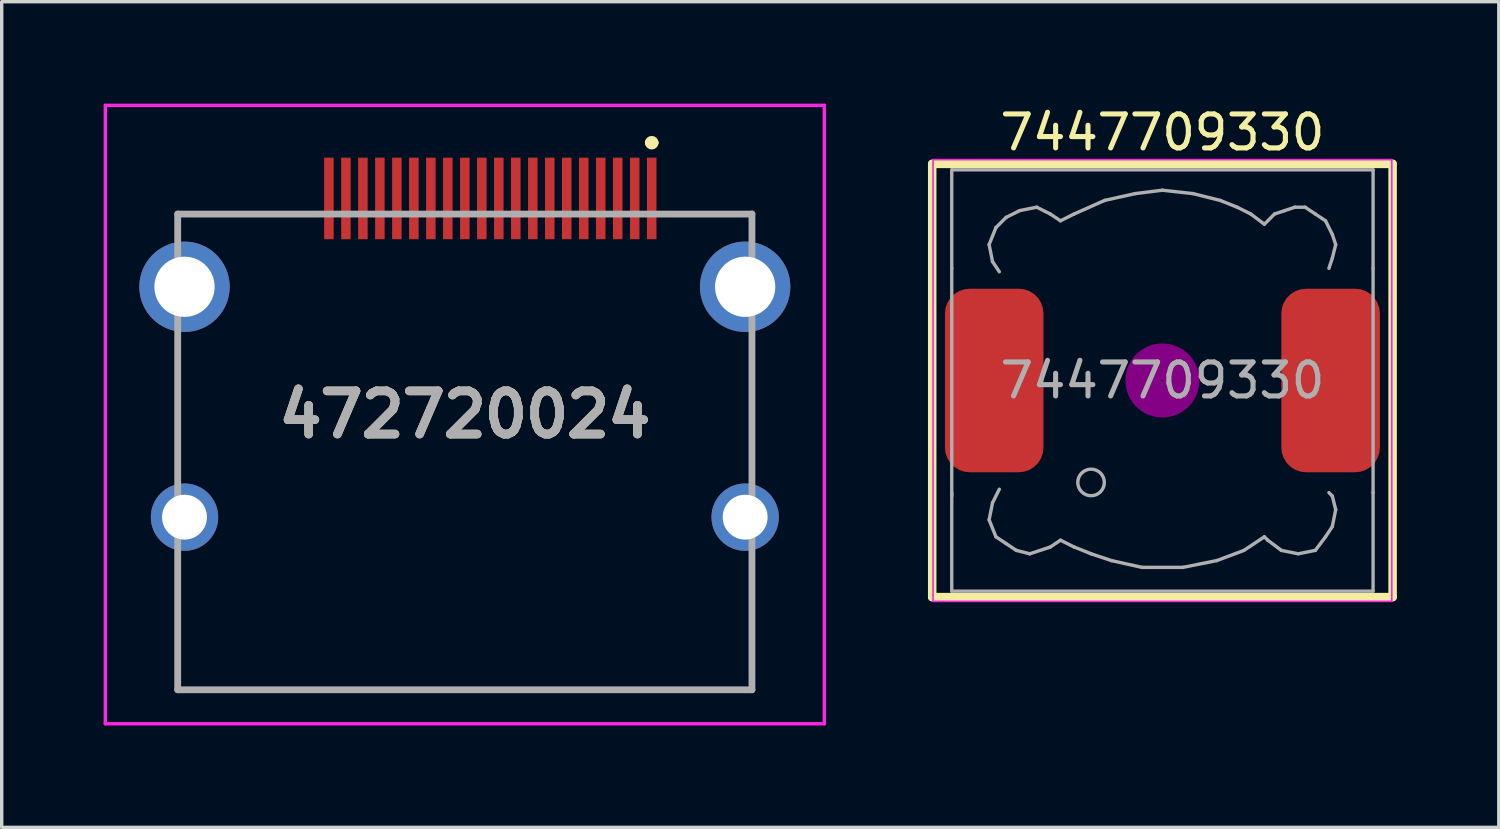
<source format=kicad_pcb>
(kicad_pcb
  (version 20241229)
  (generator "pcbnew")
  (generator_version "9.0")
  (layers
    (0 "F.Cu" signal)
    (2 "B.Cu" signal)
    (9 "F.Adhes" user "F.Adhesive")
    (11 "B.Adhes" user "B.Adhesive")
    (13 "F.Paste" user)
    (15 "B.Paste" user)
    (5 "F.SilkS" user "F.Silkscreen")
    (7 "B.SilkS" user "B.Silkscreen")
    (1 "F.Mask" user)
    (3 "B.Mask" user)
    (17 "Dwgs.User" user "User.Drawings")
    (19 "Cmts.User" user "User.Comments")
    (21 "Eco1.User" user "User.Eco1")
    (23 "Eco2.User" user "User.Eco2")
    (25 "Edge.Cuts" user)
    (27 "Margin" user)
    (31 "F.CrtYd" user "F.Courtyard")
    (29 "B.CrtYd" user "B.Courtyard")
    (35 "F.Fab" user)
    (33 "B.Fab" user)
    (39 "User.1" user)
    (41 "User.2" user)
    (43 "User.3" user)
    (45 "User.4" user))
  (footprint "472720024"
    (layer "F.Cu")
    (at 10.63 9.15)
    (property "Reference" "472720024" (at 0 0 0) (layer "F.SilkS") (effects (font (size 1.27 1.27) (thickness 0.254))))
    (attr through_hole)
    (fp_line (start -8.45 -5.9) (end -5 -5.9) (stroke (width 0.1) (type solid)) (layer "F.SilkS"))
    (fp_line (start -8.45 5.1) (end -8.45 8.1) (stroke (width 0.1) (type solid)) (layer "F.SilkS"))
    (fp_line (start -8.45 8.1) (end 8.45 8.1) (stroke (width 0.1) (type solid)) (layer "F.SilkS"))
    (fp_line (start 5.4 -8) (end 5.4 -8) (stroke (width 0.2) (type solid)) (layer "F.SilkS"))
    (fp_line (start 5.6 -8) (end 5.6 -8) (stroke (width 0.2) (type solid)) (layer "F.SilkS"))
    (fp_line (start 8.45 -5.9) (end 5.6 -5.9) (stroke (width 0.1) (type solid)) (layer "F.SilkS"))
    (fp_line (start 8.45 8.1) (end 8.45 5.1) (stroke (width 0.1) (type solid)) (layer "F.SilkS"))
    (fp_arc (start 5.4 -8) (mid 5.5 -8.1) (end 5.6 -8) (stroke (width 0.2) (type solid)) (layer "F.SilkS"))
    (fp_arc (start 5.6 -8) (mid 5.5 -7.9) (end 5.4 -8) (stroke (width 0.2) (type solid)) (layer "F.SilkS"))
    (fp_line (start -10.58 -9.1) (end 10.58 -9.1) (stroke (width 0.1) (type solid)) (layer "F.CrtYd"))
    (fp_line (start -10.58 9.1) (end -10.58 -9.1) (stroke (width 0.1) (type solid)) (layer "F.CrtYd"))
    (fp_line (start 10.58 -9.1) (end 10.58 9.1) (stroke (width 0.1) (type solid)) (layer "F.CrtYd"))
    (fp_line (start 10.58 9.1) (end -10.58 9.1) (stroke (width 0.1) (type solid)) (layer "F.CrtYd"))
    (fp_line (start -8.45 -5.9) (end 8.45 -5.9) (stroke (width 0.2) (type solid)) (layer "F.Fab"))
    (fp_line (start -8.45 8.1) (end -8.45 -5.9) (stroke (width 0.2) (type solid)) (layer "F.Fab"))
    (fp_line (start 8.45 -5.9) (end 8.45 8.1) (stroke (width 0.2) (type solid)) (layer "F.Fab"))
    (fp_line (start 8.45 8.1) (end -8.45 8.1) (stroke (width 0.2) (type solid)) (layer "F.Fab"))
    (fp_text user "${REFERENCE}" (at 0 0 0) (layer "F.Fab") (effects (font (size 1.27 1.27) (thickness 0.254))))
    (pad "" np_thru_hole circle (at 0 3.8) (size 0.001 0.001) (drill 1.45) (layers "*.Cu" "*.Mask"))
    (pad "1" smd rect (at 5.5 -6.36) (size 0.28 2.4) (layers "F.Cu" "F.Mask" "F.Paste"))
    (pad "2" smd rect (at 5 -6.36) (size 0.28 2.4) (layers "F.Cu" "F.Mask" "F.Paste"))
    (pad "3" smd rect (at 4.5 -6.36) (size 0.28 2.4) (layers "F.Cu" "F.Mask" "F.Paste"))
    (pad "4" smd rect (at 4 -6.36) (size 0.28 2.4) (layers "F.Cu" "F.Mask" "F.Paste"))
    (pad "5" smd rect (at 3.5 -6.36) (size 0.28 2.4) (layers "F.Cu" "F.Mask" "F.Paste"))
    (pad "6" smd rect (at 3 -6.36) (size 0.28 2.4) (layers "F.Cu" "F.Mask" "F.Paste"))
    (pad "7" smd rect (at 2.5 -6.36) (size 0.28 2.4) (layers "F.Cu" "F.Mask" "F.Paste"))
    (pad "8" smd rect (at 2 -6.36) (size 0.28 2.4) (layers "F.Cu" "F.Mask" "F.Paste"))
    (pad "9" smd rect (at 1.5 -6.36) (size 0.28 2.4) (layers "F.Cu" "F.Mask" "F.Paste"))
    (pad "10" smd rect (at 1 -6.36) (size 0.28 2.4) (layers "F.Cu" "F.Mask" "F.Paste"))
    (pad "11" smd rect (at 0.5 -6.36) (size 0.28 2.4) (layers "F.Cu" "F.Mask" "F.Paste"))
    (pad "12" smd rect (at 0 -6.36) (size 0.28 2.4) (layers "F.Cu" "F.Mask" "F.Paste"))
    (pad "13" smd rect (at -0.5 -6.36) (size 0.28 2.4) (layers "F.Cu" "F.Mask" "F.Paste"))
    (pad "14" smd rect (at -1 -6.36) (size 0.28 2.4) (layers "F.Cu" "F.Mask" "F.Paste"))
    (pad "15" smd rect (at -1.5 -6.36) (size 0.28 2.4) (layers "F.Cu" "F.Mask" "F.Paste"))
    (pad "16" smd rect (at -2 -6.36) (size 0.28 2.4) (layers "F.Cu" "F.Mask" "F.Paste"))
    (pad "17" smd rect (at -2.5 -6.36) (size 0.28 2.4) (layers "F.Cu" "F.Mask" "F.Paste"))
    (pad "18" smd rect (at -3 -6.36) (size 0.28 2.4) (layers "F.Cu" "F.Mask" "F.Paste"))
    (pad "19" smd rect (at -3.5 -6.36) (size 0.28 2.4) (layers "F.Cu" "F.Mask" "F.Paste"))
    (pad "20" smd rect (at -4 -6.36) (size 0.28 2.4) (layers "F.Cu" "F.Mask" "F.Paste"))
    (pad "MH1" thru_hole circle (at -8.25 -3.76) (size 2.66 2.66) (drill 1.773) (layers "*.Cu" "*.Mask"))
    (pad "MH2" thru_hole circle (at -8.25 3.02) (size 1.982 1.982) (drill 1.321) (layers "*.Cu" "*.Mask"))
    (pad "MH3" thru_hole circle (at 8.25 3.02) (size 1.982 1.982) (drill 1.321) (layers "*.Cu" "*.Mask"))
    (pad "MH4" thru_hole circle (at 8.25 -3.76) (size 2.66 2.66) (drill 1.773) (layers "*.Cu" "*.Mask")))
  (footprint "7447709330"
    (layer "F.Cu")
    (at 31.16 8.148)
    (property "Reference" "7447709330" (at 0 -7.3 0) (layer "F.SilkS") (effects (font (size 1 1) (thickness 0.15))))
    (attr smd)
    (fp_line (start -6.775 -6.375) (end 6.775 -6.375) (stroke (width 0.25) (type solid)) (layer "F.SilkS"))
    (fp_line (start -6.775 6.375) (end -6.775 -6.375) (stroke (width 0.25) (type solid)) (layer "F.SilkS"))
    (fp_line (start 6.775 -6.375) (end 6.775 6.375) (stroke (width 0.25) (type solid)) (layer "F.SilkS"))
    (fp_line (start 6.775 6.375) (end -6.775 6.375) (stroke (width 0.25) (type solid)) (layer "F.SilkS"))
    (fp_circle (center 0 0) (end 0.15 0.15) (stroke (width 0.38) (type solid)) (fill no) (layer "F.Adhes"))
    (fp_circle (center 0 0) (end 0.55 0) (stroke (width 0.38) (type solid)) (fill no) (layer "F.Adhes"))
    (fp_circle (center 0 0) (end 0.9 0) (stroke (width 0.38) (type solid)) (fill no) (layer "F.Adhes"))
    (fp_line (start -6.75 -6.5) (end 6.75 -6.5) (stroke (width 0.05) (type solid)) (layer "F.CrtYd"))
    (fp_line (start -6.75 6.5) (end -6.75 -6.5) (stroke (width 0.05) (type solid)) (layer "F.CrtYd"))
    (fp_line (start 6.75 -6.5) (end 6.75 6.5) (stroke (width 0.05) (type solid)) (layer "F.CrtYd"))
    (fp_line (start 6.75 6.5) (end -6.75 6.5) (stroke (width 0.05) (type solid)) (layer "F.CrtYd"))
    (fp_line (start -6.2 -6.2) (end -6.2 -3.3) (stroke (width 0.1) (type solid)) (layer "F.Fab"))
    (fp_line (start -6.2 -3.3) (end -6.2 3.4) (stroke (width 0.1) (type solid)) (layer "F.Fab"))
    (fp_line (start -6.2 3.3) (end -6.2 6.2) (stroke (width 0.1) (type solid)) (layer "F.Fab"))
    (fp_line (start -6.2 6.2) (end 6.2 6.2) (stroke (width 0.1) (type solid)) (layer "F.Fab"))
    (fp_line (start -5.1 -4) (end -5 -3.5) (stroke (width 0.1) (type solid)) (layer "F.Fab"))
    (fp_line (start -5.1 4.1) (end -5 3.6) (stroke (width 0.1) (type solid)) (layer "F.Fab"))
    (fp_line (start -5 -3.5) (end -4.8 -3.2) (stroke (width 0.1) (type solid)) (layer "F.Fab"))
    (fp_line (start -5 3.6) (end -4.8 3.2) (stroke (width 0.1) (type solid)) (layer "F.Fab"))
    (fp_line (start -4.9 -4.5) (end -5.1 -4) (stroke (width 0.1) (type solid)) (layer "F.Fab"))
    (fp_line (start -4.9 4.6) (end -5.1 4.1) (stroke (width 0.1) (type solid)) (layer "F.Fab"))
    (fp_line (start -4.6 -4.8) (end -4.9 -4.5) (stroke (width 0.1) (type solid)) (layer "F.Fab"))
    (fp_line (start -4.6 4.8) (end -4.9 4.6) (stroke (width 0.1) (type solid)) (layer "F.Fab"))
    (fp_line (start -4.3 5) (end -4.6 4.8) (stroke (width 0.1) (type solid)) (layer "F.Fab"))
    (fp_line (start -4.2 -5) (end -4.6 -4.8) (stroke (width 0.1) (type solid)) (layer "F.Fab"))
    (fp_line (start -3.9 5.1) (end -4.3 5) (stroke (width 0.1) (type solid)) (layer "F.Fab"))
    (fp_line (start -3.7 -5.1) (end -4.2 -5) (stroke (width 0.1) (type solid)) (layer "F.Fab"))
    (fp_line (start -3.3 -4.9) (end -3.7 -5.1) (stroke (width 0.1) (type solid)) (layer "F.Fab"))
    (fp_line (start -3.3 4.9) (end -3.9 5.1) (stroke (width 0.1) (type solid)) (layer "F.Fab"))
    (fp_line (start -3 -4.7) (end -3.3 -4.9) (stroke (width 0.1) (type solid)) (layer "F.Fab"))
    (fp_line (start -3 4.7) (end -3.3 4.9) (stroke (width 0.1) (type solid)) (layer "F.Fab"))
    (fp_line (start -2.6 -4.9) (end -3 -4.7) (stroke (width 0.1) (type solid)) (layer "F.Fab"))
    (fp_line (start -2.6 4.9) (end -3 4.7) (stroke (width 0.1) (type solid)) (layer "F.Fab"))
    (fp_line (start -2.1 5.1) (end -2.6 4.9) (stroke (width 0.1) (type solid)) (layer "F.Fab"))
    (fp_line (start -1.7 -5.3) (end -2.6 -4.9) (stroke (width 0.1) (type solid)) (layer "F.Fab"))
    (fp_line (start -1.5 5.3) (end -2.1 5.1) (stroke (width 0.1) (type solid)) (layer "F.Fab"))
    (fp_line (start -0.8 -5.5) (end -1.7 -5.3) (stroke (width 0.1) (type solid)) (layer "F.Fab"))
    (fp_line (start -0.6 5.5) (end -1.5 5.3) (stroke (width 0.1) (type solid)) (layer "F.Fab"))
    (fp_line (start 0 -5.6) (end -0.8 -5.5) (stroke (width 0.1) (type solid)) (layer "F.Fab"))
    (fp_line (start 0.6 5.5) (end -0.6 5.5) (stroke (width 0.1) (type solid)) (layer "F.Fab"))
    (fp_line (start 0.9 -5.5) (end 0 -5.6) (stroke (width 0.1) (type solid)) (layer "F.Fab"))
    (fp_line (start 1.6 5.3) (end 0.6 5.5) (stroke (width 0.1) (type solid)) (layer "F.Fab"))
    (fp_line (start 1.7 -5.3) (end 0.9 -5.5) (stroke (width 0.1) (type solid)) (layer "F.Fab"))
    (fp_line (start 2.2 -5.1) (end 1.7 -5.3) (stroke (width 0.1) (type solid)) (layer "F.Fab"))
    (fp_line (start 2.4 5) (end 1.6 5.3) (stroke (width 0.1) (type solid)) (layer "F.Fab"))
    (fp_line (start 2.6 -4.9) (end 2.2 -5.1) (stroke (width 0.1) (type solid)) (layer "F.Fab"))
    (fp_line (start 3 -4.6) (end 2.6 -4.9) (stroke (width 0.1) (type solid)) (layer "F.Fab"))
    (fp_line (start 3 4.6) (end 2.4 5) (stroke (width 0.1) (type solid)) (layer "F.Fab"))
    (fp_line (start 3.1 4.7) (end 3 4.6) (stroke (width 0.1) (type solid)) (layer "F.Fab"))
    (fp_line (start 3.3 -4.9) (end 3 -4.6) (stroke (width 0.1) (type solid)) (layer "F.Fab"))
    (fp_line (start 3.5 5) (end 3.1 4.7) (stroke (width 0.1) (type solid)) (layer "F.Fab"))
    (fp_line (start 3.6 -5) (end 3.3 -4.9) (stroke (width 0.1) (type solid)) (layer "F.Fab"))
    (fp_line (start 3.9 -5.1) (end 3.6 -5) (stroke (width 0.1) (type solid)) (layer "F.Fab"))
    (fp_line (start 4 5.1) (end 3.5 5) (stroke (width 0.1) (type solid)) (layer "F.Fab"))
    (fp_line (start 4.2 -5.1) (end 3.9 -5.1) (stroke (width 0.1) (type solid)) (layer "F.Fab"))
    (fp_line (start 4.5 -4.9) (end 4.2 -5.1) (stroke (width 0.1) (type solid)) (layer "F.Fab"))
    (fp_line (start 4.5 5) (end 4 5.1) (stroke (width 0.1) (type solid)) (layer "F.Fab"))
    (fp_line (start 4.8 -4.7) (end 4.5 -4.9) (stroke (width 0.1) (type solid)) (layer "F.Fab"))
    (fp_line (start 4.8 4.6) (end 4.5 5) (stroke (width 0.1) (type solid)) (layer "F.Fab"))
    (fp_line (start 4.9 -3.3) (end 5 -3.6) (stroke (width 0.1) (type solid)) (layer "F.Fab"))
    (fp_line (start 4.9 3.3) (end 5 3.4) (stroke (width 0.1) (type solid)) (layer "F.Fab"))
    (fp_line (start 5 -4.3) (end 4.8 -4.7) (stroke (width 0.1) (type solid)) (layer "F.Fab"))
    (fp_line (start 5 -3.6) (end 5.1 -4) (stroke (width 0.1) (type solid)) (layer "F.Fab"))
    (fp_line (start 5 3.4) (end 5.1 3.8) (stroke (width 0.1) (type solid)) (layer "F.Fab"))
    (fp_line (start 5 4.3) (end 4.8 4.6) (stroke (width 0.1) (type solid)) (layer "F.Fab"))
    (fp_line (start 5.1 -4) (end 5 -4.3) (stroke (width 0.1) (type solid)) (layer "F.Fab"))
    (fp_line (start 5.1 3.8) (end 5 4.3) (stroke (width 0.1) (type solid)) (layer "F.Fab"))
    (fp_line (start 6.2 -6.2) (end -6.2 -6.2) (stroke (width 0.1) (type solid)) (layer "F.Fab"))
    (fp_line (start 6.2 -6.2) (end 6.2 -3.3) (stroke (width 0.1) (type solid)) (layer "F.Fab"))
    (fp_line (start 6.2 3.3) (end 6.2 -3.3) (stroke (width 0.1) (type solid)) (layer "F.Fab"))
    (fp_line (start 6.2 6.2) (end 6.2 3.3) (stroke (width 0.1) (type solid)) (layer "F.Fab"))
    (fp_circle (center -2.1 3) (end -1.8 3.25) (stroke (width 0.1) (type solid)) (fill no) (layer "F.Fab"))
    (fp_text user "${REFERENCE}" (at 0 0 0) (layer "F.Fab") (effects (font (size 1 1) (thickness 0.15))))
    (pad "1" smd roundrect (at -4.95 0) (size 2.9 5.4) (layers "F.Cu" "F.Mask" "F.Paste") (roundrect_rratio 0.25))
    (pad "2" smd roundrect (at 4.95 0) (size 2.9 5.4) (layers "F.Cu" "F.Mask" "F.Paste") (roundrect_rratio 0.25)))
  (gr_rect
    (start -3 -3)
    (end 41.06 21.3)
    (stroke (width 0.1) (type default))
    (fill no)
    (layer "Edge.Cuts")))
</source>
